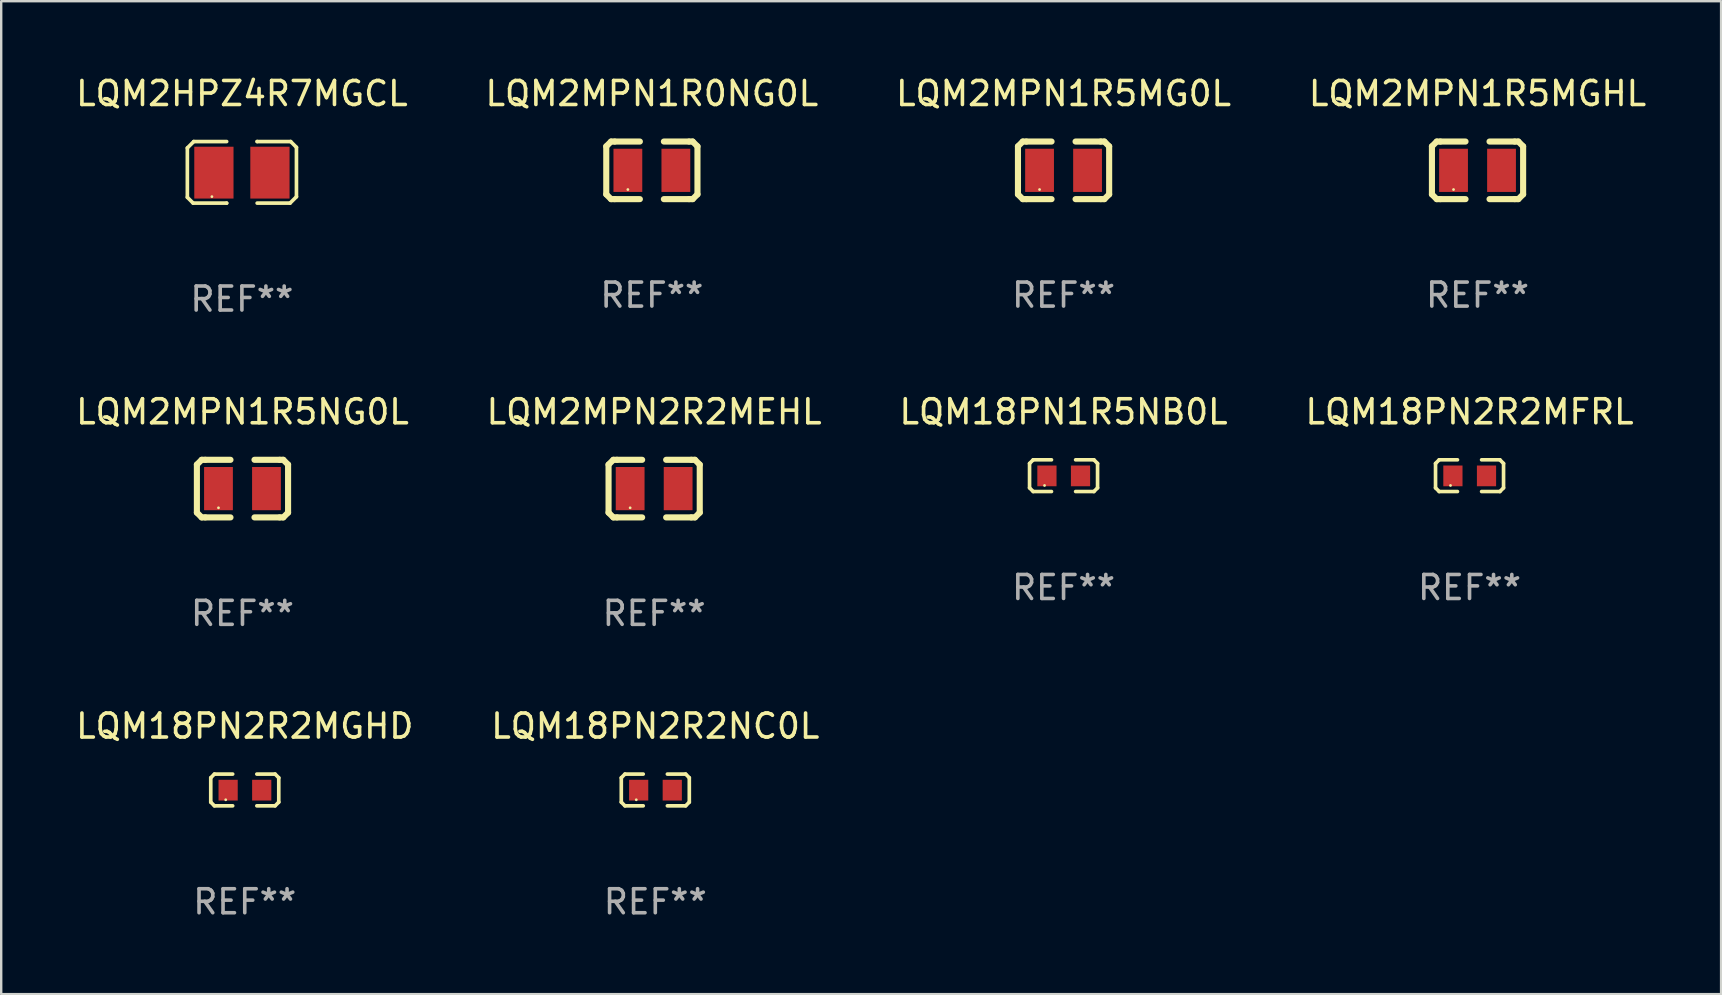
<source format=kicad_pcb>
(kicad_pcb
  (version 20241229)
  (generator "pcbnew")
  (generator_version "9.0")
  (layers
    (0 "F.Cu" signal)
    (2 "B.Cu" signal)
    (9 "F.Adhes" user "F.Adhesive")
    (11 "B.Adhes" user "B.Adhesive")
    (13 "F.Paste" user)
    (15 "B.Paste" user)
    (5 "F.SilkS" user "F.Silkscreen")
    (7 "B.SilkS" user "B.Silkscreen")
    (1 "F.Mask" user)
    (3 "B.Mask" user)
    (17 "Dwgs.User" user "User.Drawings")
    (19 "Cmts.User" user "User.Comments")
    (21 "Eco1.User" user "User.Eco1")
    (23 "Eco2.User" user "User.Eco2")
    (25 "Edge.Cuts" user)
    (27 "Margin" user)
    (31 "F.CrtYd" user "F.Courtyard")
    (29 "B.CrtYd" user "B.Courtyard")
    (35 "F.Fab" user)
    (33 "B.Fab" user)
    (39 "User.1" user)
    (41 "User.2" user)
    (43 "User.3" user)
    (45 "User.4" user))
  (footprint "LQM18PN2R2NC0L"
    (layer "F.Cu")
    (at 24.256 29.867)
    (property "Reference" "LQM18PN2R2NC0L" (at 0 -2.661 0) (layer "F.SilkS") (effects (font (size 1 1) (thickness 0.15))))
    (attr through_hole)
    (fp_line (start -1.417 -0.508) (end -1.265 -0.661) (stroke (width 0.152) (type solid)) (layer "F.SilkS"))
    (fp_line (start -1.417 0.508) (end -1.417 -0.508) (stroke (width 0.152) (type solid)) (layer "F.SilkS"))
    (fp_line (start -1.265 -0.661) (end -0.503 -0.661) (stroke (width 0.152) (type solid)) (layer "F.SilkS"))
    (fp_line (start -1.265 0.661) (end -1.417 0.508) (stroke (width 0.152) (type solid)) (layer "F.SilkS"))
    (fp_line (start -1.265 0.661) (end -0.503 0.661) (stroke (width 0.152) (type solid)) (layer "F.SilkS"))
    (fp_line (start 1.265 -0.661) (end 0.503 -0.661) (stroke (width 0.152) (type solid)) (layer "F.SilkS"))
    (fp_line (start 1.265 -0.661) (end 1.417 -0.508) (stroke (width 0.152) (type solid)) (layer "F.SilkS"))
    (fp_line (start 1.265 0.661) (end 0.503 0.661) (stroke (width 0.152) (type solid)) (layer "F.SilkS"))
    (fp_line (start 1.417 -0.508) (end 1.417 0.508) (stroke (width 0.152) (type solid)) (layer "F.SilkS"))
    (fp_line (start 1.417 0.508) (end 1.265 0.661) (stroke (width 0.152) (type solid)) (layer "F.SilkS"))
    (fp_circle (center -0.793 0.409) (end -0.763 0.409) (stroke (width 0.06) (type solid)) (fill no) (layer "F.SilkS"))
    (fp_text user "REF**" (at 0 4.661 0) (layer "F.Fab") (effects (font (size 1 1) (thickness 0.15))))
    (pad "1" smd rect (at -0.693 0.009 180) (size 0.8 0.864) (layers "F.Cu" "F.Mask" "F.Paste"))
    (pad "2" smd rect (at 0.707 0.009 180) (size 0.8 0.864) (layers "F.Cu" "F.Mask" "F.Paste")))
  (footprint "LQM18PN1R5NB0L"
    (layer "F.Cu")
    (at 41.268 16.771)
    (property "Reference" "LQM18PN1R5NB0L" (at 0 -2.661 0) (layer "F.SilkS") (effects (font (size 1 1) (thickness 0.15))))
    (attr through_hole)
    (fp_line (start -1.417 -0.508) (end -1.265 -0.661) (stroke (width 0.152) (type solid)) (layer "F.SilkS"))
    (fp_line (start -1.417 0.508) (end -1.417 -0.508) (stroke (width 0.152) (type solid)) (layer "F.SilkS"))
    (fp_line (start -1.265 -0.661) (end -0.503 -0.661) (stroke (width 0.152) (type solid)) (layer "F.SilkS"))
    (fp_line (start -1.265 0.661) (end -1.417 0.508) (stroke (width 0.152) (type solid)) (layer "F.SilkS"))
    (fp_line (start -1.265 0.661) (end -0.503 0.661) (stroke (width 0.152) (type solid)) (layer "F.SilkS"))
    (fp_line (start 1.265 -0.661) (end 0.503 -0.661) (stroke (width 0.152) (type solid)) (layer "F.SilkS"))
    (fp_line (start 1.265 -0.661) (end 1.417 -0.508) (stroke (width 0.152) (type solid)) (layer "F.SilkS"))
    (fp_line (start 1.265 0.661) (end 0.503 0.661) (stroke (width 0.152) (type solid)) (layer "F.SilkS"))
    (fp_line (start 1.417 -0.508) (end 1.417 0.508) (stroke (width 0.152) (type solid)) (layer "F.SilkS"))
    (fp_line (start 1.417 0.508) (end 1.265 0.661) (stroke (width 0.152) (type solid)) (layer "F.SilkS"))
    (fp_circle (center -0.793 0.409) (end -0.763 0.409) (stroke (width 0.06) (type solid)) (fill no) (layer "F.SilkS"))
    (fp_text user "REF**" (at 0 4.661 0) (layer "F.Fab") (effects (font (size 1 1) (thickness 0.15))))
    (pad "1" smd rect (at -0.693 0.009 180) (size 0.8 0.864) (layers "F.Cu" "F.Mask" "F.Paste"))
    (pad "2" smd rect (at 0.707 0.009 180) (size 0.8 0.864) (layers "F.Cu" "F.Mask" "F.Paste")))
  (footprint "LQM2HPZ4R7MGCL"
    (layer "F.Cu")
    (at 7.03 4.131)
    (property "Reference" "LQM2HPZ4R7MGCL" (at 0 -3.283 0) (layer "F.SilkS") (effects (font (size 1 1) (thickness 0.15))))
    (attr through_hole)
    (fp_line (start -2.273 -1.016) (end -2.007 -1.283) (stroke (width 0.152) (type solid)) (layer "F.SilkS"))
    (fp_line (start -2.273 1.041) (end -2.273 -1.016) (stroke (width 0.152) (type solid)) (layer "F.SilkS"))
    (fp_line (start -2.032 1.283) (end -2.273 1.041) (stroke (width 0.152) (type solid)) (layer "F.SilkS"))
    (fp_line (start -2.007 -1.283) (end -0.635 -1.283) (stroke (width 0.152) (type solid)) (layer "F.SilkS"))
    (fp_line (start -0.635 1.283) (end -2.032 1.283) (stroke (width 0.152) (type solid)) (layer "F.SilkS"))
    (fp_line (start -0.635 1.283) (end -0.635 1.283) (stroke (width 0.152) (type solid)) (layer "F.SilkS"))
    (fp_line (start 0.635 -1.283) (end 0.635 -1.283) (stroke (width 0.152) (type solid)) (layer "F.SilkS"))
    (fp_line (start 0.635 -1.283) (end 2.032 -1.283) (stroke (width 0.152) (type solid)) (layer "F.SilkS"))
    (fp_line (start 2.007 1.283) (end 0.635 1.283) (stroke (width 0.152) (type solid)) (layer "F.SilkS"))
    (fp_line (start 2.032 -1.283) (end 2.273 -1.041) (stroke (width 0.152) (type solid)) (layer "F.SilkS"))
    (fp_line (start 2.273 -1.041) (end 2.273 1.016) (stroke (width 0.152) (type solid)) (layer "F.SilkS"))
    (fp_line (start 2.273 1.016) (end 2.007 1.283) (stroke (width 0.152) (type solid)) (layer "F.SilkS"))
    (fp_circle (center -1.25 1.013) (end -1.22 1.013) (stroke (width 0.06) (type solid)) (fill no) (layer "F.SilkS"))
    (fp_text user "REF**" (at 0 5.283 0) (layer "F.Fab") (effects (font (size 1 1) (thickness 0.15))))
    (pad "1" smd rect (at -1.167 0.013) (size 1.635 2.16) (layers "F.Cu" "F.Mask" "F.Paste"))
    (pad "2" smd rect (at 1.168 0.013) (size 1.635 2.16) (layers "F.Cu" "F.Mask" "F.Paste")))
  (footprint "LQM2MPN1R5MG0L"
    (layer "F.Cu")
    (at 41.268 4.048)
    (property "Reference" "LQM2MPN1R5MG0L" (at 0 -3.2 0) (layer "F.SilkS") (effects (font (size 1 1) (thickness 0.15))))
    (attr through_hole)
    (fp_line (start -1.9 -1) (end -1.9 1) (stroke (width 0.254) (type solid)) (layer "F.SilkS"))
    (fp_line (start -1.7 -1.2) (end -1.9 -1) (stroke (width 0.254) (type solid)) (layer "F.SilkS"))
    (fp_line (start -1.7 1.2) (end -1.9 1) (stroke (width 0.254) (type solid)) (layer "F.SilkS"))
    (fp_line (start -1.55 -1.2) (end -1.7 -1.2) (stroke (width 0.254) (type solid)) (layer "F.SilkS"))
    (fp_line (start -1.55 1.2) (end -1.7 1.2) (stroke (width 0.254) (type solid)) (layer "F.SilkS"))
    (fp_line (start -0.5 -1.2) (end -1.55 -1.2) (stroke (width 0.254) (type solid)) (layer "F.SilkS"))
    (fp_line (start -0.5 1.2) (end -1.55 1.2) (stroke (width 0.254) (type solid)) (layer "F.SilkS"))
    (fp_line (start 0.5 -1.2) (end 1.55 -1.2) (stroke (width 0.254) (type solid)) (layer "F.SilkS"))
    (fp_line (start 0.5 1.2) (end 1.55 1.2) (stroke (width 0.254) (type solid)) (layer "F.SilkS"))
    (fp_line (start 1.55 -1.2) (end 1.7 -1.2) (stroke (width 0.254) (type solid)) (layer "F.SilkS"))
    (fp_line (start 1.55 1.2) (end 1.7 1.2) (stroke (width 0.254) (type solid)) (layer "F.SilkS"))
    (fp_line (start 1.7 -1.2) (end 1.9 -1) (stroke (width 0.254) (type solid)) (layer "F.SilkS"))
    (fp_line (start 1.7 1.2) (end 1.9 1) (stroke (width 0.254) (type solid)) (layer "F.SilkS"))
    (fp_line (start 1.9 -1) (end 1.9 1) (stroke (width 0.254) (type solid)) (layer "F.SilkS"))
    (fp_circle (center -1 0.8) (end -0.97 0.8) (stroke (width 0.06) (type solid)) (fill no) (layer "F.SilkS"))
    (fp_text user "REF**" (at 0 5.2 0) (layer "F.Fab") (effects (font (size 1 1) (thickness 0.15))))
    (pad "1" smd rect (at -1 0) (size 1.2 1.8) (layers "F.Cu" "F.Mask" "F.Paste"))
    (pad "2" smd rect (at 1 0) (size 1.2 1.8) (layers "F.Cu" "F.Mask" "F.Paste")))
  (footprint "LQM2MPN1R0NG0L"
    (layer "F.Cu")
    (at 24.113 4.048)
    (property "Reference" "LQM2MPN1R0NG0L" (at 0 -3.2 0) (layer "F.SilkS") (effects (font (size 1 1) (thickness 0.15))))
    (attr through_hole)
    (fp_line (start -1.9 -1) (end -1.9 1) (stroke (width 0.254) (type solid)) (layer "F.SilkS"))
    (fp_line (start -1.7 -1.2) (end -1.9 -1) (stroke (width 0.254) (type solid)) (layer "F.SilkS"))
    (fp_line (start -1.7 1.2) (end -1.9 1) (stroke (width 0.254) (type solid)) (layer "F.SilkS"))
    (fp_line (start -1.55 -1.2) (end -1.7 -1.2) (stroke (width 0.254) (type solid)) (layer "F.SilkS"))
    (fp_line (start -1.55 1.2) (end -1.7 1.2) (stroke (width 0.254) (type solid)) (layer "F.SilkS"))
    (fp_line (start -0.5 -1.2) (end -1.55 -1.2) (stroke (width 0.254) (type solid)) (layer "F.SilkS"))
    (fp_line (start -0.5 1.2) (end -1.55 1.2) (stroke (width 0.254) (type solid)) (layer "F.SilkS"))
    (fp_line (start 0.5 -1.2) (end 1.55 -1.2) (stroke (width 0.254) (type solid)) (layer "F.SilkS"))
    (fp_line (start 0.5 1.2) (end 1.55 1.2) (stroke (width 0.254) (type solid)) (layer "F.SilkS"))
    (fp_line (start 1.55 -1.2) (end 1.7 -1.2) (stroke (width 0.254) (type solid)) (layer "F.SilkS"))
    (fp_line (start 1.55 1.2) (end 1.7 1.2) (stroke (width 0.254) (type solid)) (layer "F.SilkS"))
    (fp_line (start 1.7 -1.2) (end 1.9 -1) (stroke (width 0.254) (type solid)) (layer "F.SilkS"))
    (fp_line (start 1.7 1.2) (end 1.9 1) (stroke (width 0.254) (type solid)) (layer "F.SilkS"))
    (fp_line (start 1.9 -1) (end 1.9 1) (stroke (width 0.254) (type solid)) (layer "F.SilkS"))
    (fp_circle (center -1 0.8) (end -0.97 0.8) (stroke (width 0.06) (type solid)) (fill no) (layer "F.SilkS"))
    (fp_text user "REF**" (at 0 5.2 0) (layer "F.Fab") (effects (font (size 1 1) (thickness 0.15))))
    (pad "1" smd rect (at -1 0) (size 1.2 1.8) (layers "F.Cu" "F.Mask" "F.Paste"))
    (pad "2" smd rect (at 1 0) (size 1.2 1.8) (layers "F.Cu" "F.Mask" "F.Paste")))
  (footprint "LQM2MPN2R2MEHL"
    (layer "F.Cu")
    (at 24.208 17.31)
    (property "Reference" "LQM2MPN2R2MEHL" (at 0 -3.2 0) (layer "F.SilkS") (effects (font (size 1 1) (thickness 0.15))))
    (attr through_hole)
    (fp_line (start -1.9 -1) (end -1.9 1) (stroke (width 0.254) (type solid)) (layer "F.SilkS"))
    (fp_line (start -1.7 -1.2) (end -1.9 -1) (stroke (width 0.254) (type solid)) (layer "F.SilkS"))
    (fp_line (start -1.7 1.2) (end -1.9 1) (stroke (width 0.254) (type solid)) (layer "F.SilkS"))
    (fp_line (start -1.55 -1.2) (end -1.7 -1.2) (stroke (width 0.254) (type solid)) (layer "F.SilkS"))
    (fp_line (start -1.55 1.2) (end -1.7 1.2) (stroke (width 0.254) (type solid)) (layer "F.SilkS"))
    (fp_line (start -0.5 -1.2) (end -1.55 -1.2) (stroke (width 0.254) (type solid)) (layer "F.SilkS"))
    (fp_line (start -0.5 1.2) (end -1.55 1.2) (stroke (width 0.254) (type solid)) (layer "F.SilkS"))
    (fp_line (start 0.5 -1.2) (end 1.55 -1.2) (stroke (width 0.254) (type solid)) (layer "F.SilkS"))
    (fp_line (start 0.5 1.2) (end 1.55 1.2) (stroke (width 0.254) (type solid)) (layer "F.SilkS"))
    (fp_line (start 1.55 -1.2) (end 1.7 -1.2) (stroke (width 0.254) (type solid)) (layer "F.SilkS"))
    (fp_line (start 1.55 1.2) (end 1.7 1.2) (stroke (width 0.254) (type solid)) (layer "F.SilkS"))
    (fp_line (start 1.7 -1.2) (end 1.9 -1) (stroke (width 0.254) (type solid)) (layer "F.SilkS"))
    (fp_line (start 1.7 1.2) (end 1.9 1) (stroke (width 0.254) (type solid)) (layer "F.SilkS"))
    (fp_line (start 1.9 -1) (end 1.9 1) (stroke (width 0.254) (type solid)) (layer "F.SilkS"))
    (fp_circle (center -1 0.8) (end -0.97 0.8) (stroke (width 0.06) (type solid)) (fill no) (layer "F.SilkS"))
    (fp_text user "REF**" (at 0 5.2 0) (layer "F.Fab") (effects (font (size 1 1) (thickness 0.15))))
    (pad "1" smd rect (at -1 0) (size 1.2 1.8) (layers "F.Cu" "F.Mask" "F.Paste"))
    (pad "2" smd rect (at 1 0) (size 1.2 1.8) (layers "F.Cu" "F.Mask" "F.Paste")))
  (footprint "LQM18PN2R2MFRL"
    (layer "F.Cu")
    (at 58.185 16.771)
    (property "Reference" "LQM18PN2R2MFRL" (at 0 -2.661 0) (layer "F.SilkS") (effects (font (size 1 1) (thickness 0.15))))
    (attr through_hole)
    (fp_line (start -1.417 -0.508) (end -1.265 -0.661) (stroke (width 0.152) (type solid)) (layer "F.SilkS"))
    (fp_line (start -1.417 0.508) (end -1.417 -0.508) (stroke (width 0.152) (type solid)) (layer "F.SilkS"))
    (fp_line (start -1.265 -0.661) (end -0.503 -0.661) (stroke (width 0.152) (type solid)) (layer "F.SilkS"))
    (fp_line (start -1.265 0.661) (end -1.417 0.508) (stroke (width 0.152) (type solid)) (layer "F.SilkS"))
    (fp_line (start -1.265 0.661) (end -0.503 0.661) (stroke (width 0.152) (type solid)) (layer "F.SilkS"))
    (fp_line (start 1.265 -0.661) (end 0.503 -0.661) (stroke (width 0.152) (type solid)) (layer "F.SilkS"))
    (fp_line (start 1.265 -0.661) (end 1.417 -0.508) (stroke (width 0.152) (type solid)) (layer "F.SilkS"))
    (fp_line (start 1.265 0.661) (end 0.503 0.661) (stroke (width 0.152) (type solid)) (layer "F.SilkS"))
    (fp_line (start 1.417 -0.508) (end 1.417 0.508) (stroke (width 0.152) (type solid)) (layer "F.SilkS"))
    (fp_line (start 1.417 0.508) (end 1.265 0.661) (stroke (width 0.152) (type solid)) (layer "F.SilkS"))
    (fp_circle (center -0.793 0.409) (end -0.763 0.409) (stroke (width 0.06) (type solid)) (fill no) (layer "F.SilkS"))
    (fp_text user "REF**" (at 0 4.661 0) (layer "F.Fab") (effects (font (size 1 1) (thickness 0.15))))
    (pad "1" smd rect (at -0.693 0.009 180) (size 0.8 0.864) (layers "F.Cu" "F.Mask" "F.Paste"))
    (pad "2" smd rect (at 0.707 0.009 180) (size 0.8 0.864) (layers "F.Cu" "F.Mask" "F.Paste")))
  (footprint "LQM2MPN1R5MGHL"
    (layer "F.Cu")
    (at 58.518 4.048)
    (property "Reference" "LQM2MPN1R5MGHL" (at 0 -3.2 0) (layer "F.SilkS") (effects (font (size 1 1) (thickness 0.15))))
    (attr through_hole)
    (fp_line (start -1.9 -1) (end -1.9 1) (stroke (width 0.254) (type solid)) (layer "F.SilkS"))
    (fp_line (start -1.7 -1.2) (end -1.9 -1) (stroke (width 0.254) (type solid)) (layer "F.SilkS"))
    (fp_line (start -1.7 1.2) (end -1.9 1) (stroke (width 0.254) (type solid)) (layer "F.SilkS"))
    (fp_line (start -1.55 -1.2) (end -1.7 -1.2) (stroke (width 0.254) (type solid)) (layer "F.SilkS"))
    (fp_line (start -1.55 1.2) (end -1.7 1.2) (stroke (width 0.254) (type solid)) (layer "F.SilkS"))
    (fp_line (start -0.5 -1.2) (end -1.55 -1.2) (stroke (width 0.254) (type solid)) (layer "F.SilkS"))
    (fp_line (start -0.5 1.2) (end -1.55 1.2) (stroke (width 0.254) (type solid)) (layer "F.SilkS"))
    (fp_line (start 0.5 -1.2) (end 1.55 -1.2) (stroke (width 0.254) (type solid)) (layer "F.SilkS"))
    (fp_line (start 0.5 1.2) (end 1.55 1.2) (stroke (width 0.254) (type solid)) (layer "F.SilkS"))
    (fp_line (start 1.55 -1.2) (end 1.7 -1.2) (stroke (width 0.254) (type solid)) (layer "F.SilkS"))
    (fp_line (start 1.55 1.2) (end 1.7 1.2) (stroke (width 0.254) (type solid)) (layer "F.SilkS"))
    (fp_line (start 1.7 -1.2) (end 1.9 -1) (stroke (width 0.254) (type solid)) (layer "F.SilkS"))
    (fp_line (start 1.7 1.2) (end 1.9 1) (stroke (width 0.254) (type solid)) (layer "F.SilkS"))
    (fp_line (start 1.9 -1) (end 1.9 1) (stroke (width 0.254) (type solid)) (layer "F.SilkS"))
    (fp_circle (center -1 0.8) (end -0.97 0.8) (stroke (width 0.06) (type solid)) (fill no) (layer "F.SilkS"))
    (fp_text user "REF**" (at 0 5.2 0) (layer "F.Fab") (effects (font (size 1 1) (thickness 0.15))))
    (pad "1" smd rect (at -1 0) (size 1.2 1.8) (layers "F.Cu" "F.Mask" "F.Paste"))
    (pad "2" smd rect (at 1 0) (size 1.2 1.8) (layers "F.Cu" "F.Mask" "F.Paste")))
  (footprint "LQM2MPN1R5NG0L"
    (layer "F.Cu")
    (at 7.054 17.31)
    (property "Reference" "LQM2MPN1R5NG0L" (at 0 -3.2 0) (layer "F.SilkS") (effects (font (size 1 1) (thickness 0.15))))
    (attr through_hole)
    (fp_line (start -1.9 -1) (end -1.9 1) (stroke (width 0.254) (type solid)) (layer "F.SilkS"))
    (fp_line (start -1.7 -1.2) (end -1.9 -1) (stroke (width 0.254) (type solid)) (layer "F.SilkS"))
    (fp_line (start -1.7 1.2) (end -1.9 1) (stroke (width 0.254) (type solid)) (layer "F.SilkS"))
    (fp_line (start -1.55 -1.2) (end -1.7 -1.2) (stroke (width 0.254) (type solid)) (layer "F.SilkS"))
    (fp_line (start -1.55 1.2) (end -1.7 1.2) (stroke (width 0.254) (type solid)) (layer "F.SilkS"))
    (fp_line (start -0.5 -1.2) (end -1.55 -1.2) (stroke (width 0.254) (type solid)) (layer "F.SilkS"))
    (fp_line (start -0.5 1.2) (end -1.55 1.2) (stroke (width 0.254) (type solid)) (layer "F.SilkS"))
    (fp_line (start 0.5 -1.2) (end 1.55 -1.2) (stroke (width 0.254) (type solid)) (layer "F.SilkS"))
    (fp_line (start 0.5 1.2) (end 1.55 1.2) (stroke (width 0.254) (type solid)) (layer "F.SilkS"))
    (fp_line (start 1.55 -1.2) (end 1.7 -1.2) (stroke (width 0.254) (type solid)) (layer "F.SilkS"))
    (fp_line (start 1.55 1.2) (end 1.7 1.2) (stroke (width 0.254) (type solid)) (layer "F.SilkS"))
    (fp_line (start 1.7 -1.2) (end 1.9 -1) (stroke (width 0.254) (type solid)) (layer "F.SilkS"))
    (fp_line (start 1.7 1.2) (end 1.9 1) (stroke (width 0.254) (type solid)) (layer "F.SilkS"))
    (fp_line (start 1.9 -1) (end 1.9 1) (stroke (width 0.254) (type solid)) (layer "F.SilkS"))
    (fp_circle (center -1 0.8) (end -0.97 0.8) (stroke (width 0.06) (type solid)) (fill no) (layer "F.SilkS"))
    (fp_text user "REF**" (at 0 5.2 0) (layer "F.Fab") (effects (font (size 1 1) (thickness 0.15))))
    (pad "1" smd rect (at -1 0) (size 1.2 1.8) (layers "F.Cu" "F.Mask" "F.Paste"))
    (pad "2" smd rect (at 1 0) (size 1.2 1.8) (layers "F.Cu" "F.Mask" "F.Paste")))
  (footprint "LQM18PN2R2MGHD"
    (layer "F.Cu")
    (at 7.149 29.867)
    (property "Reference" "LQM18PN2R2MGHD" (at 0 -2.661 0) (layer "F.SilkS") (effects (font (size 1 1) (thickness 0.15))))
    (attr through_hole)
    (fp_line (start -1.417 -0.508) (end -1.265 -0.661) (stroke (width 0.152) (type solid)) (layer "F.SilkS"))
    (fp_line (start -1.417 0.508) (end -1.417 -0.508) (stroke (width 0.152) (type solid)) (layer "F.SilkS"))
    (fp_line (start -1.265 -0.661) (end -0.503 -0.661) (stroke (width 0.152) (type solid)) (layer "F.SilkS"))
    (fp_line (start -1.265 0.661) (end -1.417 0.508) (stroke (width 0.152) (type solid)) (layer "F.SilkS"))
    (fp_line (start -1.265 0.661) (end -0.503 0.661) (stroke (width 0.152) (type solid)) (layer "F.SilkS"))
    (fp_line (start 1.265 -0.661) (end 0.503 -0.661) (stroke (width 0.152) (type solid)) (layer "F.SilkS"))
    (fp_line (start 1.265 -0.661) (end 1.417 -0.508) (stroke (width 0.152) (type solid)) (layer "F.SilkS"))
    (fp_line (start 1.265 0.661) (end 0.503 0.661) (stroke (width 0.152) (type solid)) (layer "F.SilkS"))
    (fp_line (start 1.417 -0.508) (end 1.417 0.508) (stroke (width 0.152) (type solid)) (layer "F.SilkS"))
    (fp_line (start 1.417 0.508) (end 1.265 0.661) (stroke (width 0.152) (type solid)) (layer "F.SilkS"))
    (fp_circle (center -0.793 0.409) (end -0.763 0.409) (stroke (width 0.06) (type solid)) (fill no) (layer "F.SilkS"))
    (fp_text user "REF**" (at 0 4.661 0) (layer "F.Fab") (effects (font (size 1 1) (thickness 0.15))))
    (pad "1" smd rect (at -0.693 0.009 180) (size 0.8 0.864) (layers "F.Cu" "F.Mask" "F.Paste"))
    (pad "2" smd rect (at 0.707 0.009 180) (size 0.8 0.864) (layers "F.Cu" "F.Mask" "F.Paste")))
  (gr_rect
    (start -3 -3)
    (end 68.667 38.376)
    (stroke (width 0.1) (type default))
    (fill no)
    (layer "Edge.Cuts")))
</source>
